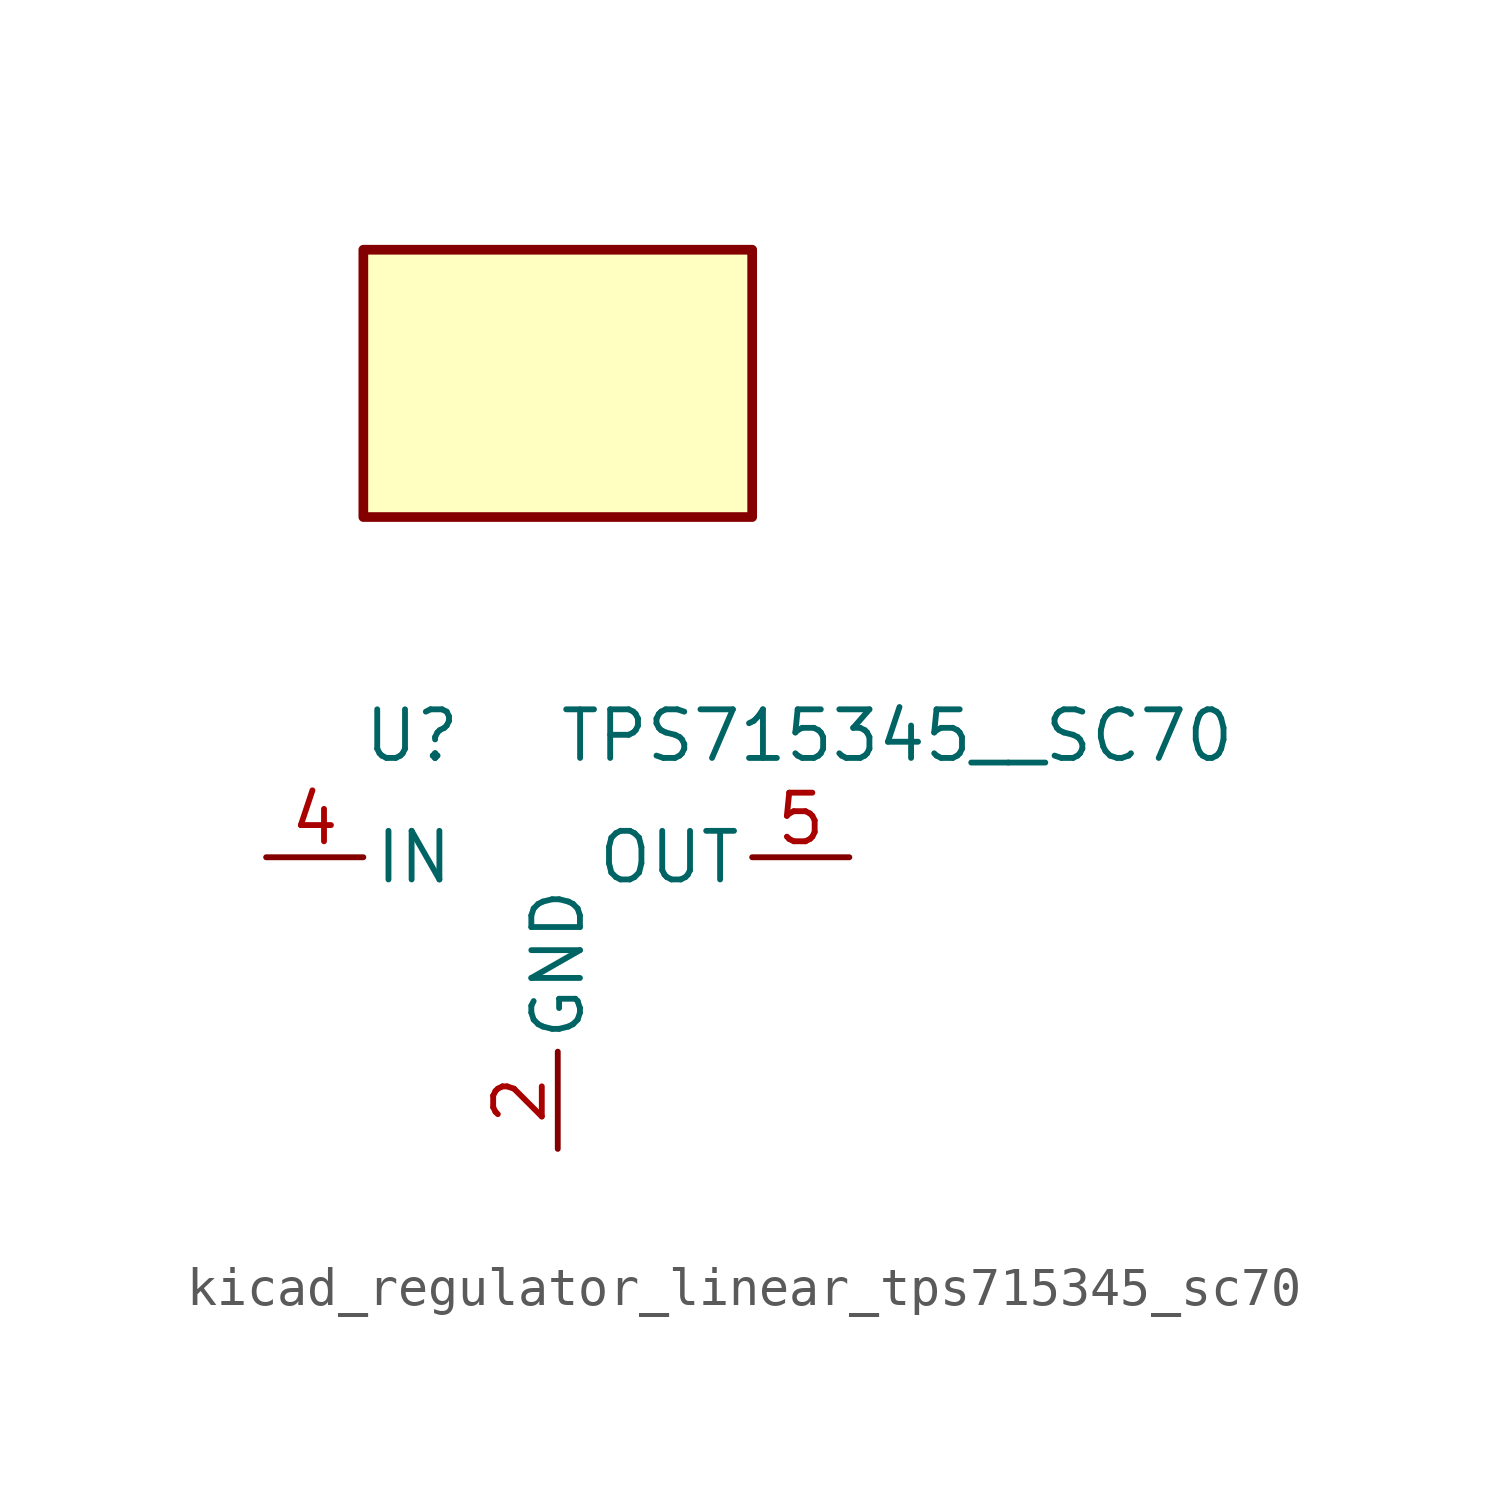
<source format=kicad_sym>
(kicad_symbol_lib
  (version 20220914)
  (generator kicad_symbol_editor)
  (symbol "kicad_regulator_linear_tps715345_sc70"
    (pin_names
      (offset 0.254))
    (property "Reference" "U"
      (at -3.81 3.175 0)
      (effects (font (size 1.27 1.27))))
    (property "Value" "TPS715345__SC70"
      (at 0 3.175 0)
      (effects (font (size 1.27 1.27)) (justify left)))
    (symbol "kicad_regulator_linear_tps715345_sc70_0_1"
      (rectangle (start 5.08 15.875) (end -5.08 8.89) (stroke (width 0.254) (type default)) (fill (type background))))
    (symbol "kicad_regulator_linear_tps715345_sc70_1_1"
      (pin no_connect line (at 5.08 -2.54 180) (length 2.54) hide (name "NC" (effects (font (size 1.27 1.27)))) (number "1" (effects (font (size 1.27 1.27)))))
      (pin power_in line (at 0 -7.62 90) (length 2.54) (name "GND" (effects (font (size 1.27 1.27)))) (number "2" (effects (font (size 1.27 1.27)))))
      (pin no_connect line (at -5.08 -2.54 0) (length 2.54) hide (name "NC" (effects (font (size 1.27 1.27)))) (number "3" (effects (font (size 1.27 1.27)))))
      (pin power_in line (at -7.62 0 0) (length 2.54) (name "IN" (effects (font (size 1.27 1.27)))) (number "4" (effects (font (size 1.27 1.27)))))
      (pin power_out line (at 7.62 0 180) (length 2.54) (name "OUT" (effects (font (size 1.27 1.27)))) (number "5" (effects (font (size 1.27 1.27))))))))
</source>
